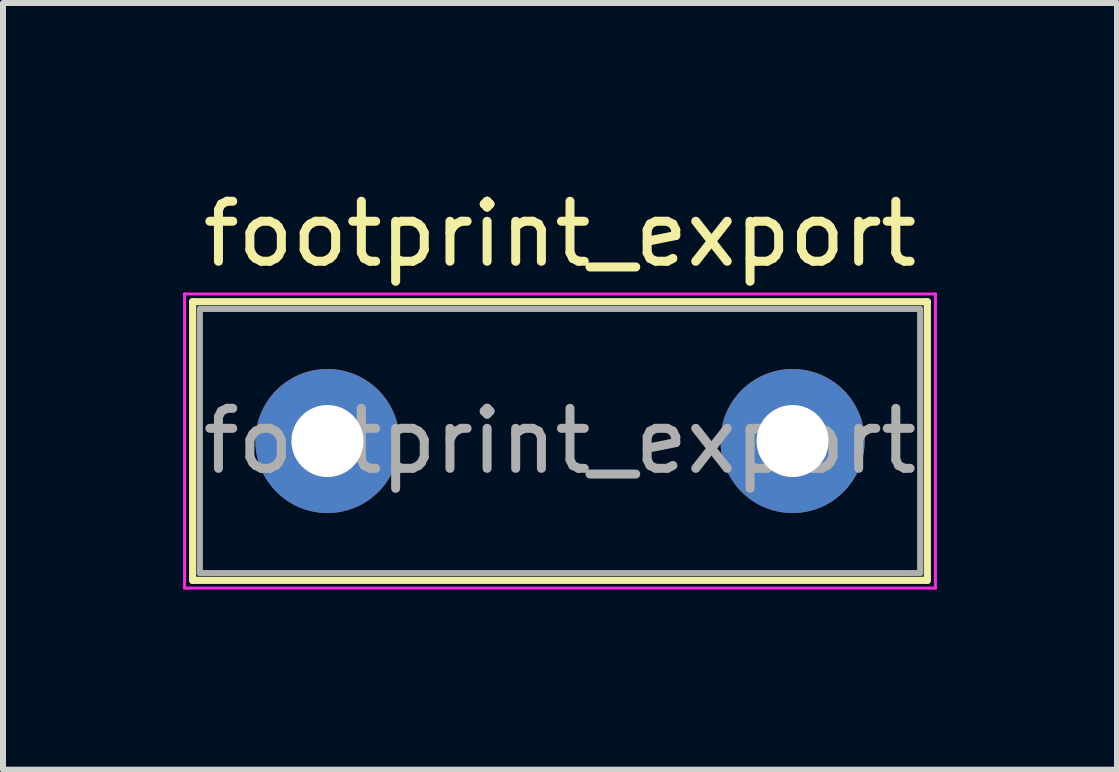
<source format=kicad_pcb>
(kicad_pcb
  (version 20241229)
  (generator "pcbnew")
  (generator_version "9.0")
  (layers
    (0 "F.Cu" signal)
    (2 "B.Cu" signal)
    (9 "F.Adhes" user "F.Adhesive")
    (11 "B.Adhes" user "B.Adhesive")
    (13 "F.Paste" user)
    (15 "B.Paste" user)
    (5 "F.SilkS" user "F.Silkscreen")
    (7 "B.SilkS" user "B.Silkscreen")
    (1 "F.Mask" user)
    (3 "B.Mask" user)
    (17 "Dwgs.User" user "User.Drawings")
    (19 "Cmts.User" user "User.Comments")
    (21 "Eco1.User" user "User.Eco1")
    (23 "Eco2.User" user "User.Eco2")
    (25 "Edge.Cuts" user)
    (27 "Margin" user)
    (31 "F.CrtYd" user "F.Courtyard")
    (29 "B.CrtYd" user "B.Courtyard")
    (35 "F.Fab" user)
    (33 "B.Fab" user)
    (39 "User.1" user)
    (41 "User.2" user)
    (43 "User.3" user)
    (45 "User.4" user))
  (footprint "footprint_export"
    (layer "F.Cu")
    (at 2.405 4.298)
    (property "Reference" "footprint_export" (at 3.875 -3.45 0) (layer "F.SilkS") (effects (font (size 1 1) (thickness 0.15))))
    (attr through_hole)
    (fp_line (start -2.245 -2.321) (end -2.245 2.321) (stroke (width 0.12) (type solid)) (layer "F.SilkS"))
    (fp_line (start -2.245 -2.321) (end 9.995 -2.321) (stroke (width 0.12) (type solid)) (layer "F.SilkS"))
    (fp_line (start -2.245 2.321) (end 9.995 2.321) (stroke (width 0.12) (type solid)) (layer "F.SilkS"))
    (fp_line (start 9.995 -2.321) (end 9.995 2.321) (stroke (width 0.12) (type solid)) (layer "F.SilkS"))
    (fp_line (start -2.38 -2.45) (end -2.38 2.45) (stroke (width 0.05) (type solid)) (layer "F.CrtYd"))
    (fp_line (start -2.38 2.45) (end 10.13 2.45) (stroke (width 0.05) (type solid)) (layer "F.CrtYd"))
    (fp_line (start 10.13 -2.45) (end -2.38 -2.45) (stroke (width 0.05) (type solid)) (layer "F.CrtYd"))
    (fp_line (start 10.13 2.45) (end 10.13 -2.45) (stroke (width 0.05) (type solid)) (layer "F.CrtYd"))
    (fp_line (start -2.125 -2.2) (end -2.125 2.2) (stroke (width 0.1) (type solid)) (layer "F.Fab"))
    (fp_line (start -2.125 2.2) (end 9.875 2.2) (stroke (width 0.1) (type solid)) (layer "F.Fab"))
    (fp_line (start 9.875 -2.2) (end -2.125 -2.2) (stroke (width 0.1) (type solid)) (layer "F.Fab"))
    (fp_line (start 9.875 2.2) (end 9.875 -2.2) (stroke (width 0.1) (type solid)) (layer "F.Fab"))
    (fp_text user "${REFERENCE}" (at 3.875 0 0) (layer "F.Fab") (effects (font (size 1 1) (thickness 0.15))))
    (pad "1" thru_hole circle (at 0 0) (size 2.4 2.4) (drill 1.2) (layers "*.Cu" "*.Mask"))
    (pad "2" thru_hole circle (at 7.75 0) (size 2.4 2.4) (drill 1.2) (layers "*.Cu" "*.Mask")))
  (gr_rect
    (start -3 -3)
    (end 15.56 9.773)
    (stroke (width 0.1) (type default))
    (fill no)
    (layer "Edge.Cuts")))
</source>
